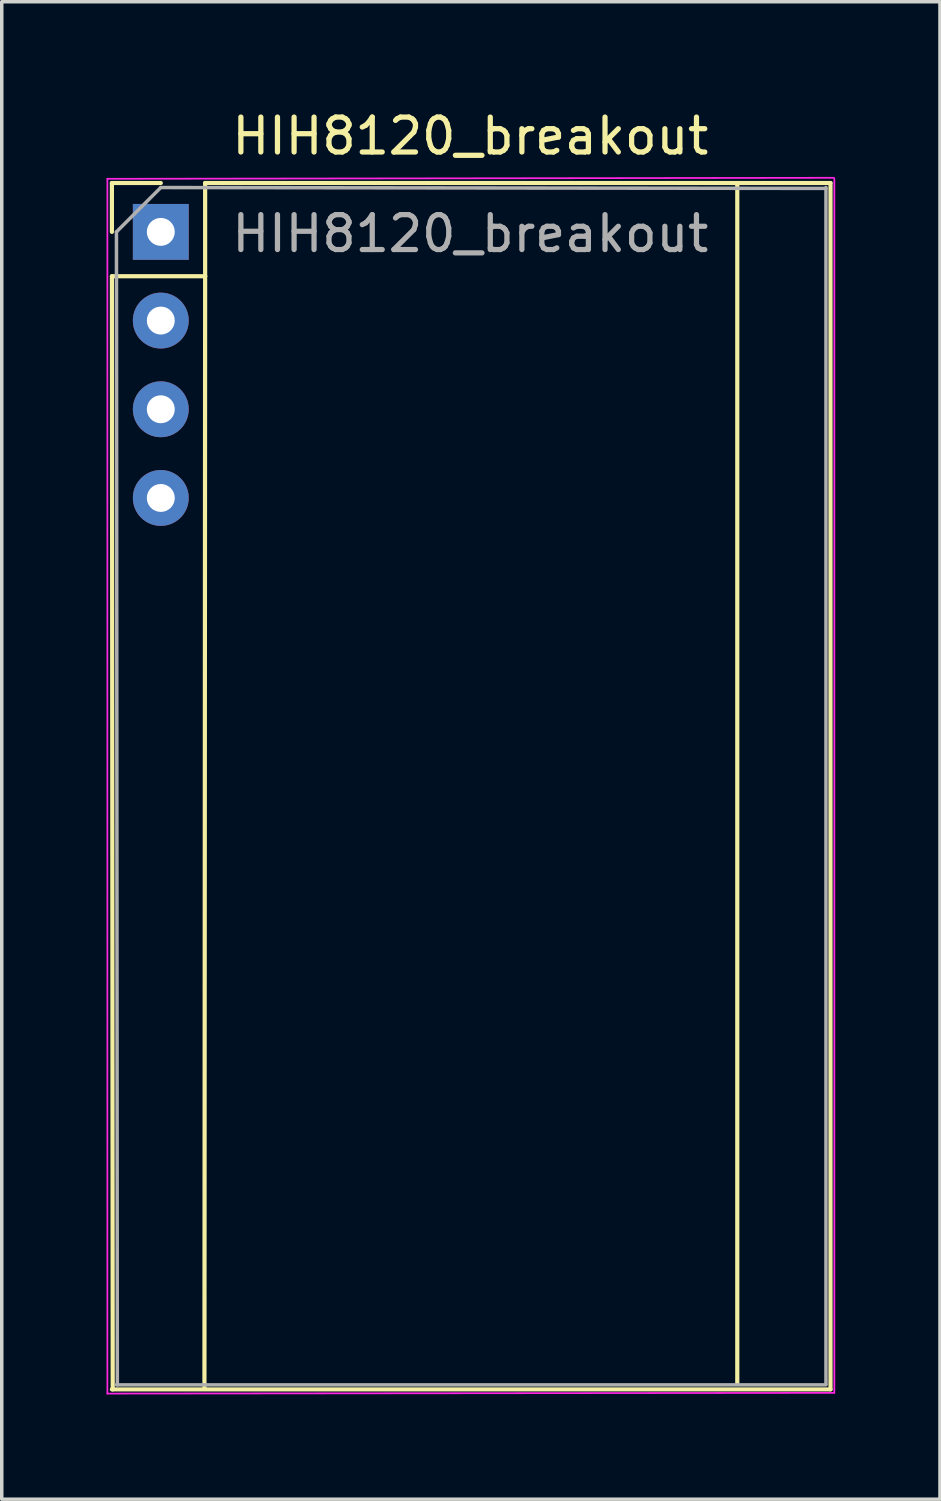
<source format=kicad_pcb>
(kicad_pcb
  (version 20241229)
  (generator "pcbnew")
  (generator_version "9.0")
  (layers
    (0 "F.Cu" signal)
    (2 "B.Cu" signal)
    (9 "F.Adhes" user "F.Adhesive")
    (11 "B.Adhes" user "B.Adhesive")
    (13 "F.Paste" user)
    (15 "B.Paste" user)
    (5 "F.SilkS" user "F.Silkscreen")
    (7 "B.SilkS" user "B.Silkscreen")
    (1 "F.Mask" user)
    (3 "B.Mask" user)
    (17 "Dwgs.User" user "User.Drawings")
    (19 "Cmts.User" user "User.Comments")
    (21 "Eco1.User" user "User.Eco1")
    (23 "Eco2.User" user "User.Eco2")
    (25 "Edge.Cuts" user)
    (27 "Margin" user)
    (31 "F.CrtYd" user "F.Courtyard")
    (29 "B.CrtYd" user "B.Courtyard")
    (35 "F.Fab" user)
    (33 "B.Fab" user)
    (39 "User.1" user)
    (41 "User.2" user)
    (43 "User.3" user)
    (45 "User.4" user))
  (footprint "HIH8120_breakout"
    (layer "F.Cu")
    (at 1.555 3.591)
    (property "Reference" "HIH8120_breakout" (at 8.865 -2.743 0) (layer "F.SilkS") (effects (font (size 1 1) (thickness 0.15))))
    (attr through_hole)
    (fp_line (start -1.4 -1.4) (end -1.4 0) (stroke (width 0.12) (type solid)) (layer "F.SilkS"))
    (fp_line (start -1.4 1.27) (end -1.377 33.15) (stroke (width 0.12) (type solid)) (layer "F.SilkS"))
    (fp_line (start -1.4 33.15) (end 19.18 33.15) (stroke (width 0.12) (type solid)) (layer "F.SilkS"))
    (fp_line (start 0 -1.4) (end -1.4 -1.4) (stroke (width 0.12) (type solid)) (layer "F.SilkS"))
    (fp_line (start 1.27 -1.4) (end 1.27 1.27) (stroke (width 0.12) (type solid)) (layer "F.SilkS"))
    (fp_line (start 1.27 1.27) (end -1.4 1.27) (stroke (width 0.12) (type solid)) (layer "F.SilkS"))
    (fp_line (start 1.27 1.27) (end 1.25 33.134) (stroke (width 0.12) (type solid)) (layer "F.SilkS"))
    (fp_line (start 16.51 -1.4) (end 16.51 32.995) (stroke (width 0.12) (type solid)) (layer "F.SilkS"))
    (fp_line (start 19.177 -1.4) (end 1.27 -1.4) (stroke (width 0.12) (type solid)) (layer "F.SilkS"))
    (fp_line (start 19.18 33.147) (end 19.18 -1.4) (stroke (width 0.12) (type solid)) (layer "F.SilkS"))
    (fp_line (start -1.53 -1.52) (end -1.53 33.27) (stroke (width 0.05) (type solid)) (layer "F.CrtYd"))
    (fp_line (start -1.53 -1.52) (end 19.279 -1.549) (stroke (width 0.05) (type solid)) (layer "F.CrtYd"))
    (fp_line (start 19.279 33.249) (end -1.53 33.27) (stroke (width 0.05) (type solid)) (layer "F.CrtYd"))
    (fp_line (start 19.29 33.249) (end 19.29 -1.52) (stroke (width 0.05) (type solid)) (layer "F.CrtYd"))
    (fp_line (start -1.27 0) (end 0 -1.27) (stroke (width 0.1) (type solid)) (layer "F.Fab"))
    (fp_line (start -1.245 33.02) (end -1.27 0) (stroke (width 0.1) (type solid)) (layer "F.Fab"))
    (fp_line (start 0 -1.27) (end 19.05 -1.245) (stroke (width 0.1) (type solid)) (layer "F.Fab"))
    (fp_line (start 19.05 -1.27) (end 19.05 32.995) (stroke (width 0.1) (type solid)) (layer "F.Fab"))
    (fp_line (start 19.05 33.02) (end -1.27 33.02) (stroke (width 0.1) (type solid)) (layer "F.Fab"))
    (fp_text user "${REFERENCE}" (at 8.865 0.051 0) (layer "F.Fab") (effects (font (size 1 1) (thickness 0.15))))
    (pad "1" thru_hole rect (at 0 0) (size 1.6 1.6) (drill 0.8) (layers "*.Cu" "*.Mask"))
    (pad "2" thru_hole oval (at 0 2.54) (size 1.6 1.6) (drill 0.8) (layers "*.Cu" "*.Mask"))
    (pad "3" thru_hole oval (at 0 5.08) (size 1.6 1.6) (drill 0.8) (layers "*.Cu" "*.Mask"))
    (pad "4" thru_hole oval (at 0 7.62) (size 1.6 1.6) (drill 0.8) (layers "*.Cu" "*.Mask")))
  (gr_rect
    (start -3 -3)
    (end 23.87 39.886)
    (stroke (width 0.1) (type default))
    (fill no)
    (layer "Edge.Cuts")))
</source>
